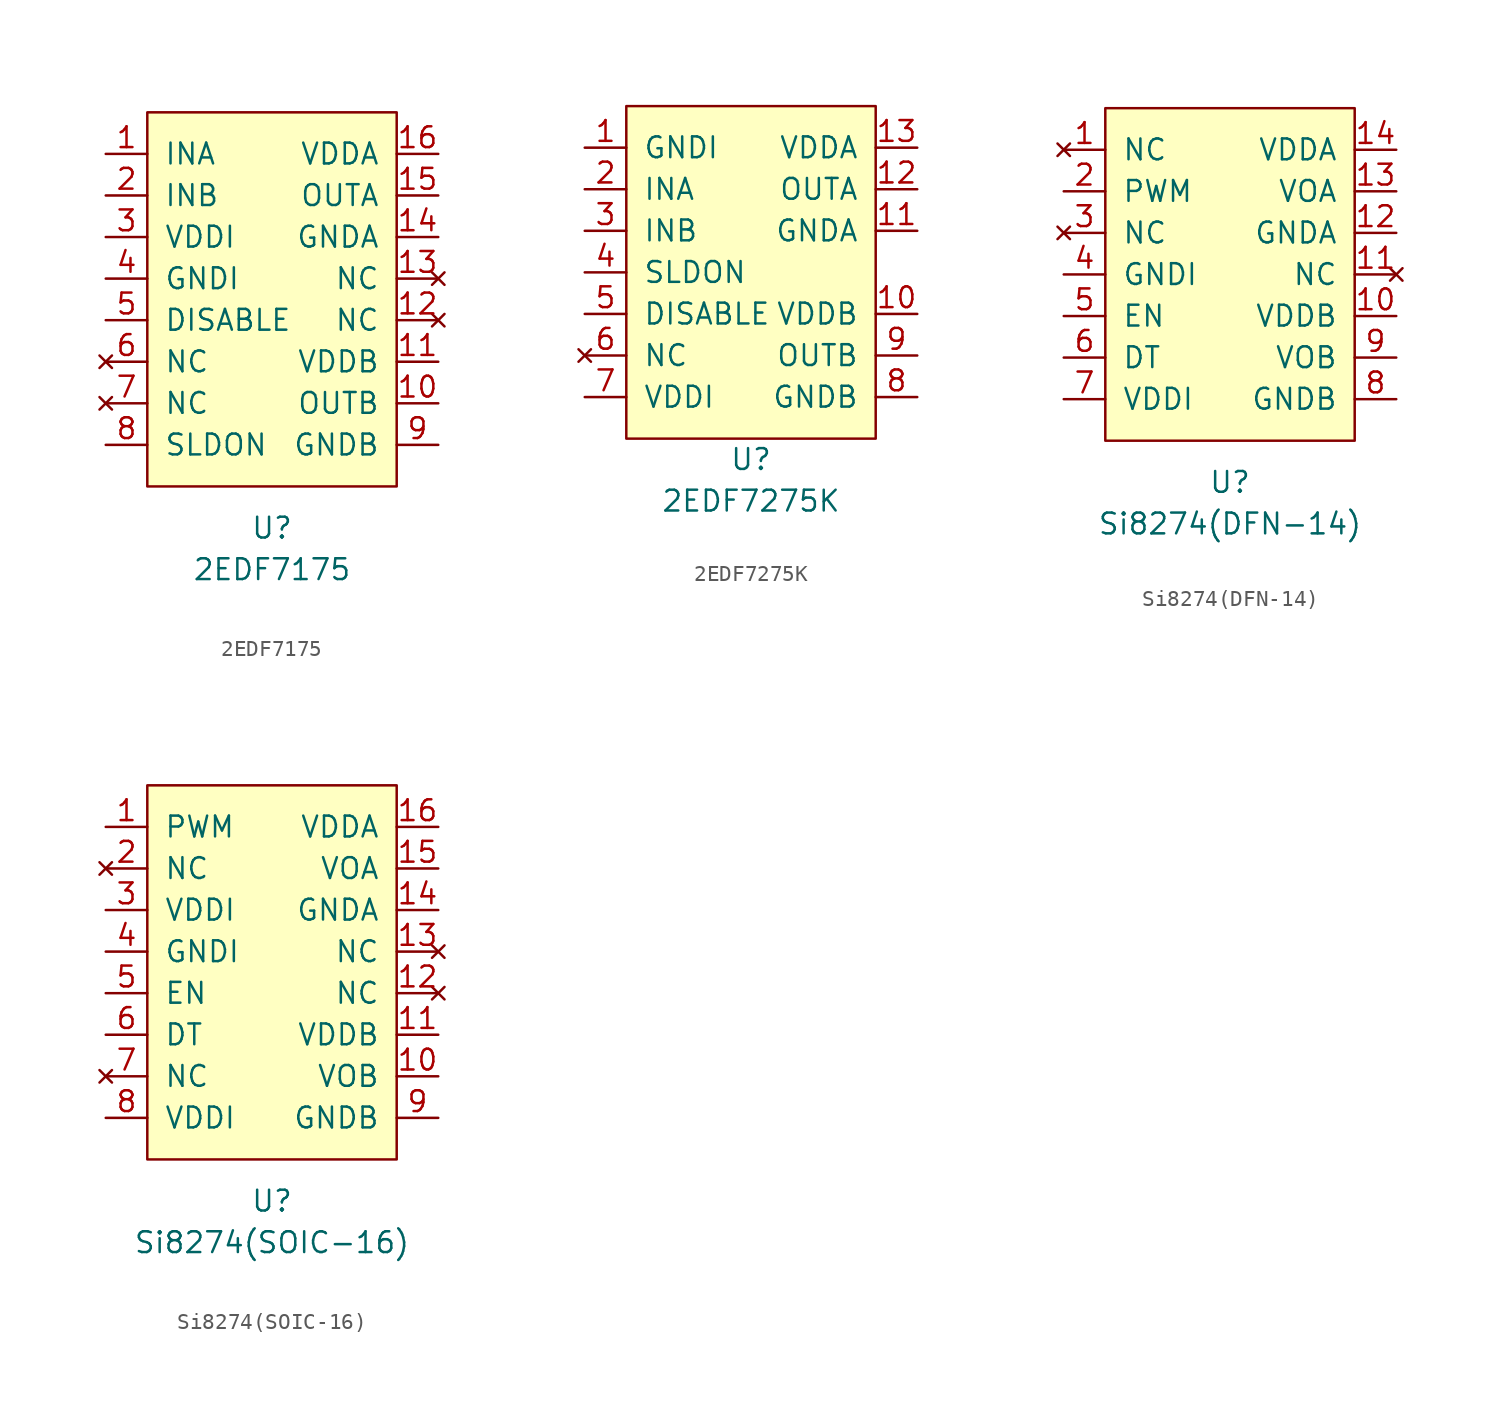
<source format=kicad_sym>
(kicad_symbol_lib
  (version 20220914)
  (generator kicad_symbol_editor)
  (symbol "2EDF7175"
    (pin_names
      (offset 1.016))
    (property "Reference" "U"
      (at 0 -13.97 0)
      (effects (font (size 1.27 1.27))))
    (property "Value" "2EDF7175"
      (at 0 -16.51 0)
      (effects (font (size 1.27 1.27))))
    (symbol "2EDF7175_0_1"
      (rectangle (start -7.62 11.43) (end 7.62 -11.43) (stroke (width 0) (type default)) (fill (type background))))
    (symbol "2EDF7175_1_1"
      (pin input line (at -10.16 8.89 0) (length 2.54) (name "INA" (effects (font (size 1.27 1.27)))) (number "1" (effects (font (size 1.27 1.27)))))
      (pin output line (at 10.16 -6.35 180) (length 2.54) (name "OUTB" (effects (font (size 1.27 1.27)))) (number "10" (effects (font (size 1.27 1.27)))))
      (pin power_in line (at 10.16 -3.81 180) (length 2.54) (name "VDDB" (effects (font (size 1.27 1.27)))) (number "11" (effects (font (size 1.27 1.27)))))
      (pin no_connect line (at 10.16 -1.27 180) (length 2.54) (name "NC" (effects (font (size 1.27 1.27)))) (number "12" (effects (font (size 1.27 1.27)))))
      (pin no_connect line (at 10.16 1.27 180) (length 2.54) (name "NC" (effects (font (size 1.27 1.27)))) (number "13" (effects (font (size 1.27 1.27)))))
      (pin power_in line (at 10.16 3.81 180) (length 2.54) (name "GNDA" (effects (font (size 1.27 1.27)))) (number "14" (effects (font (size 1.27 1.27)))))
      (pin output line (at 10.16 6.35 180) (length 2.54) (name "OUTA" (effects (font (size 1.27 1.27)))) (number "15" (effects (font (size 1.27 1.27)))))
      (pin power_in line (at 10.16 8.89 180) (length 2.54) (name "VDDA" (effects (font (size 1.27 1.27)))) (number "16" (effects (font (size 1.27 1.27)))))
      (pin input line (at -10.16 6.35 0) (length 2.54) (name "INB" (effects (font (size 1.27 1.27)))) (number "2" (effects (font (size 1.27 1.27)))))
      (pin power_in line (at -10.16 3.81 0) (length 2.54) (name "VDDI" (effects (font (size 1.27 1.27)))) (number "3" (effects (font (size 1.27 1.27)))))
      (pin power_in line (at -10.16 1.27 0) (length 2.54) (name "GNDI" (effects (font (size 1.27 1.27)))) (number "4" (effects (font (size 1.27 1.27)))))
      (pin input line (at -10.16 -1.27 0) (length 2.54) (name "DISABLE" (effects (font (size 1.27 1.27)))) (number "5" (effects (font (size 1.27 1.27)))))
      (pin no_connect line (at -10.16 -3.81 0) (length 2.54) (name "NC" (effects (font (size 1.27 1.27)))) (number "6" (effects (font (size 1.27 1.27)))))
      (pin no_connect line (at -10.16 -6.35 0) (length 2.54) (name "NC" (effects (font (size 1.27 1.27)))) (number "7" (effects (font (size 1.27 1.27)))))
      (pin input line (at -10.16 -8.89 0) (length 2.54) (name "SLDON" (effects (font (size 1.27 1.27)))) (number "8" (effects (font (size 1.27 1.27)))))
      (pin power_in line (at 10.16 -8.89 180) (length 2.54) (name "GNDB" (effects (font (size 1.27 1.27)))) (number "9" (effects (font (size 1.27 1.27)))))))
  (symbol "2EDF7275K"
    (pin_names
      (offset 1.016))
    (property "Reference" "U"
      (at 0 -11.43 0)
      (effects (font (size 1.27 1.27))))
    (property "Value" "2EDF7275K"
      (at 0 -13.97 0)
      (effects (font (size 1.27 1.27))))
    (symbol "2EDF7275K_0_1"
      (rectangle (start -7.62 10.16) (end 7.62 -10.16) (stroke (width 0) (type default)) (fill (type background))))
    (symbol "2EDF7275K_1_1"
      (pin power_in line (at -10.16 7.62 0) (length 2.54) (name "GNDI" (effects (font (size 1.27 1.27)))) (number "1" (effects (font (size 1.27 1.27)))))
      (pin power_in line (at 10.16 -2.54 180) (length 2.54) (name "VDDB" (effects (font (size 1.27 1.27)))) (number "10" (effects (font (size 1.27 1.27)))))
      (pin power_in line (at 10.16 2.54 180) (length 2.54) (name "GNDA" (effects (font (size 1.27 1.27)))) (number "11" (effects (font (size 1.27 1.27)))))
      (pin output line (at 10.16 5.08 180) (length 2.54) (name "OUTA" (effects (font (size 1.27 1.27)))) (number "12" (effects (font (size 1.27 1.27)))))
      (pin power_in line (at 10.16 7.62 180) (length 2.54) (name "VDDA" (effects (font (size 1.27 1.27)))) (number "13" (effects (font (size 1.27 1.27)))))
      (pin input line (at -10.16 5.08 0) (length 2.54) (name "INA" (effects (font (size 1.27 1.27)))) (number "2" (effects (font (size 1.27 1.27)))))
      (pin input line (at -10.16 2.54 0) (length 2.54) (name "INB" (effects (font (size 1.27 1.27)))) (number "3" (effects (font (size 1.27 1.27)))))
      (pin input line (at -10.16 0 0) (length 2.54) (name "SLDON" (effects (font (size 1.27 1.27)))) (number "4" (effects (font (size 1.27 1.27)))))
      (pin input line (at -10.16 -2.54 0) (length 2.54) (name "DISABLE" (effects (font (size 1.27 1.27)))) (number "5" (effects (font (size 1.27 1.27)))))
      (pin no_connect line (at -10.16 -5.08 0) (length 2.54) (name "NC" (effects (font (size 1.27 1.27)))) (number "6" (effects (font (size 1.27 1.27)))))
      (pin power_in line (at -10.16 -7.62 0) (length 2.54) (name "VDDI" (effects (font (size 1.27 1.27)))) (number "7" (effects (font (size 1.27 1.27)))))
      (pin power_in line (at 10.16 -7.62 180) (length 2.54) (name "GNDB" (effects (font (size 1.27 1.27)))) (number "8" (effects (font (size 1.27 1.27)))))
      (pin output line (at 10.16 -5.08 180) (length 2.54) (name "OUTB" (effects (font (size 1.27 1.27)))) (number "9" (effects (font (size 1.27 1.27)))))))
  (symbol "Si8274(DFN-14)"
    (pin_names
      (offset 1.016))
    (property "Reference" "U"
      (at 0 -12.7 0)
      (effects (font (size 1.27 1.27))))
    (property "Value" "Si8274(DFN-14)"
      (at 0 -15.24 0)
      (effects (font (size 1.27 1.27))))
    (symbol "Si8274(DFN-14)_0_1"
      (rectangle (start -7.62 10.16) (end 7.62 -10.16) (stroke (width 0) (type default)) (fill (type background))))
    (symbol "Si8274(DFN-14)_1_1"
      (pin no_connect line (at -10.16 7.62 0) (length 2.54) (name "NC" (effects (font (size 1.27 1.27)))) (number "1" (effects (font (size 1.27 1.27)))))
      (pin power_in line (at 10.16 -2.54 180) (length 2.54) (name "VDDB" (effects (font (size 1.27 1.27)))) (number "10" (effects (font (size 1.27 1.27)))))
      (pin no_connect line (at 10.16 0 180) (length 2.54) (name "NC" (effects (font (size 1.27 1.27)))) (number "11" (effects (font (size 1.27 1.27)))))
      (pin power_in line (at 10.16 2.54 180) (length 2.54) (name "GNDA" (effects (font (size 1.27 1.27)))) (number "12" (effects (font (size 1.27 1.27)))))
      (pin output line (at 10.16 5.08 180) (length 2.54) (name "VOA" (effects (font (size 1.27 1.27)))) (number "13" (effects (font (size 1.27 1.27)))))
      (pin power_in line (at 10.16 7.62 180) (length 2.54) (name "VDDA" (effects (font (size 1.27 1.27)))) (number "14" (effects (font (size 1.27 1.27)))))
      (pin input line (at -10.16 5.08 0) (length 2.54) (name "PWM" (effects (font (size 1.27 1.27)))) (number "2" (effects (font (size 1.27 1.27)))))
      (pin no_connect line (at -10.16 2.54 0) (length 2.54) (name "NC" (effects (font (size 1.27 1.27)))) (number "3" (effects (font (size 1.27 1.27)))))
      (pin power_in line (at -10.16 0 0) (length 2.54) (name "GNDI" (effects (font (size 1.27 1.27)))) (number "4" (effects (font (size 1.27 1.27)))))
      (pin input line (at -10.16 -2.54 0) (length 2.54) (name "EN" (effects (font (size 1.27 1.27)))) (number "5" (effects (font (size 1.27 1.27)))))
      (pin input line (at -10.16 -5.08 0) (length 2.54) (name "DT" (effects (font (size 1.27 1.27)))) (number "6" (effects (font (size 1.27 1.27)))))
      (pin power_in line (at -10.16 -7.62 0) (length 2.54) (name "VDDI" (effects (font (size 1.27 1.27)))) (number "7" (effects (font (size 1.27 1.27)))))
      (pin power_in line (at 10.16 -7.62 180) (length 2.54) (name "GNDB" (effects (font (size 1.27 1.27)))) (number "8" (effects (font (size 1.27 1.27)))))
      (pin output line (at 10.16 -5.08 180) (length 2.54) (name "VOB" (effects (font (size 1.27 1.27)))) (number "9" (effects (font (size 1.27 1.27)))))))
  (symbol "Si8274(SOIC-16)"
    (pin_names
      (offset 1.016))
    (property "Reference" "U"
      (at 0 -13.97 0)
      (effects (font (size 1.27 1.27))))
    (property "Value" "Si8274(SOIC-16)"
      (at 0 -16.51 0)
      (effects (font (size 1.27 1.27))))
    (symbol "Si8274(SOIC-16)_0_1"
      (rectangle (start -7.62 11.43) (end 7.62 -11.43) (stroke (width 0) (type default)) (fill (type background))))
    (symbol "Si8274(SOIC-16)_1_1"
      (pin input line (at -10.16 8.89 0) (length 2.54) (name "PWM" (effects (font (size 1.27 1.27)))) (number "1" (effects (font (size 1.27 1.27)))))
      (pin output line (at 10.16 -6.35 180) (length 2.54) (name "VOB" (effects (font (size 1.27 1.27)))) (number "10" (effects (font (size 1.27 1.27)))))
      (pin power_in line (at 10.16 -3.81 180) (length 2.54) (name "VDDB" (effects (font (size 1.27 1.27)))) (number "11" (effects (font (size 1.27 1.27)))))
      (pin no_connect line (at 10.16 -1.27 180) (length 2.54) (name "NC" (effects (font (size 1.27 1.27)))) (number "12" (effects (font (size 1.27 1.27)))))
      (pin no_connect line (at 10.16 1.27 180) (length 2.54) (name "NC" (effects (font (size 1.27 1.27)))) (number "13" (effects (font (size 1.27 1.27)))))
      (pin power_in line (at 10.16 3.81 180) (length 2.54) (name "GNDA" (effects (font (size 1.27 1.27)))) (number "14" (effects (font (size 1.27 1.27)))))
      (pin output line (at 10.16 6.35 180) (length 2.54) (name "VOA" (effects (font (size 1.27 1.27)))) (number "15" (effects (font (size 1.27 1.27)))))
      (pin power_in line (at 10.16 8.89 180) (length 2.54) (name "VDDA" (effects (font (size 1.27 1.27)))) (number "16" (effects (font (size 1.27 1.27)))))
      (pin no_connect line (at -10.16 6.35 0) (length 2.54) (name "NC" (effects (font (size 1.27 1.27)))) (number "2" (effects (font (size 1.27 1.27)))))
      (pin power_in line (at -10.16 3.81 0) (length 2.54) (name "VDDI" (effects (font (size 1.27 1.27)))) (number "3" (effects (font (size 1.27 1.27)))))
      (pin power_in line (at -10.16 1.27 0) (length 2.54) (name "GNDI" (effects (font (size 1.27 1.27)))) (number "4" (effects (font (size 1.27 1.27)))))
      (pin input line (at -10.16 -1.27 0) (length 2.54) (name "EN" (effects (font (size 1.27 1.27)))) (number "5" (effects (font (size 1.27 1.27)))))
      (pin input line (at -10.16 -3.81 0) (length 2.54) (name "DT" (effects (font (size 1.27 1.27)))) (number "6" (effects (font (size 1.27 1.27)))))
      (pin no_connect line (at -10.16 -6.35 0) (length 2.54) (name "NC" (effects (font (size 1.27 1.27)))) (number "7" (effects (font (size 1.27 1.27)))))
      (pin power_in line (at -10.16 -8.89 0) (length 2.54) (name "VDDI" (effects (font (size 1.27 1.27)))) (number "8" (effects (font (size 1.27 1.27)))))
      (pin power_in line (at 10.16 -8.89 180) (length 2.54) (name "GNDB" (effects (font (size 1.27 1.27)))) (number "9" (effects (font (size 1.27 1.27))))))))
</source>
